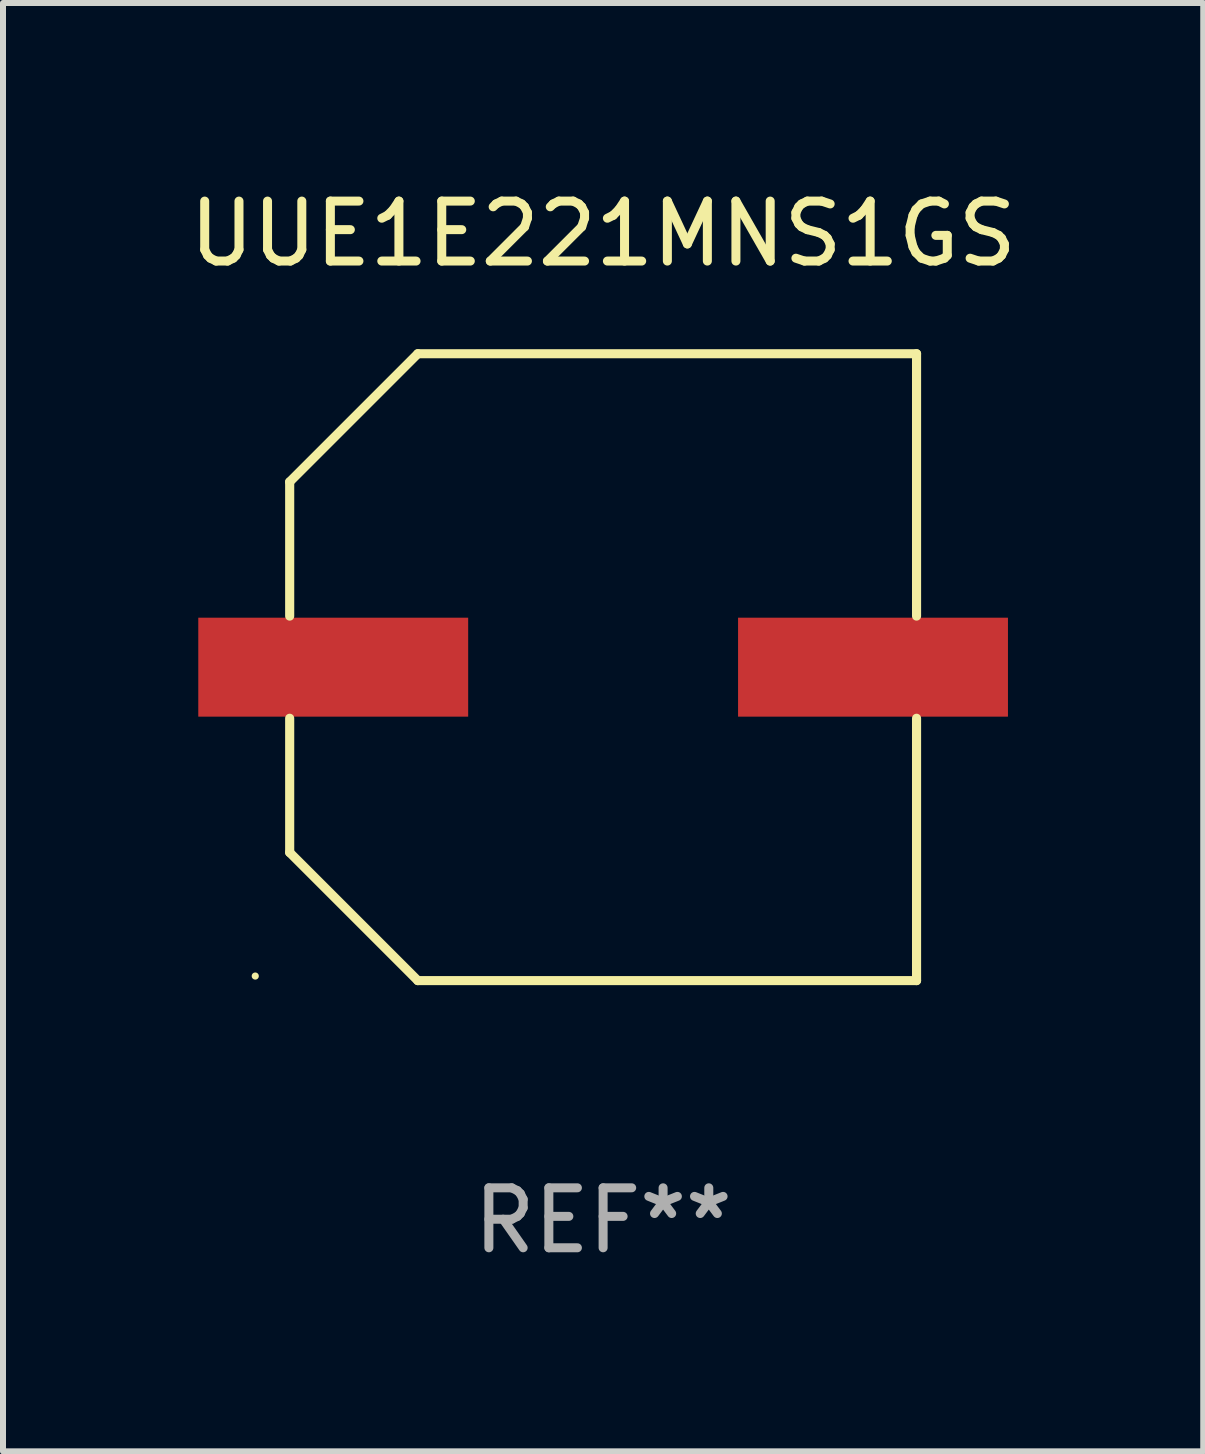
<source format=kicad_pcb>
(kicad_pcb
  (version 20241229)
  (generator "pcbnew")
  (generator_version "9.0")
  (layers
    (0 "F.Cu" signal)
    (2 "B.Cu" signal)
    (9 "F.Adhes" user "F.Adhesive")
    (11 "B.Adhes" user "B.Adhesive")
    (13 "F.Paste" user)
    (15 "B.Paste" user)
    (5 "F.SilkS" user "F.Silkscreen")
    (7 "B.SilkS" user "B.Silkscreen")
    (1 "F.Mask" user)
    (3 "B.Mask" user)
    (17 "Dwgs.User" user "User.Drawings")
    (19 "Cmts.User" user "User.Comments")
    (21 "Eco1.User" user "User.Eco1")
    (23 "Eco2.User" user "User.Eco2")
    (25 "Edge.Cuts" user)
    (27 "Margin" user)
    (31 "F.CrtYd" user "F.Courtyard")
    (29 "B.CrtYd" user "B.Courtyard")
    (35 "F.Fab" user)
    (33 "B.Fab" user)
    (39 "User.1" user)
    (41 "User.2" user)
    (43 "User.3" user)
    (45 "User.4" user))
  (footprint "UUE1E221MNS1GS"
    (layer "F.Cu")
    (at 7.006 8.074)
    (property "Reference" "UUE1E221MNS1GS" (at 0 -7.226 0) (layer "F.SilkS") (effects (font (size 1 1) (thickness 0.15))))
    (attr through_hole)
    (fp_line (start -5.226 -3.09) (end -5.226 -0.852) (stroke (width 0.152) (type solid)) (layer "F.SilkS"))
    (fp_line (start -5.226 3.09) (end -5.226 0.852) (stroke (width 0.152) (type solid)) (layer "F.SilkS"))
    (fp_line (start -3.09 -5.226) (end -5.226 -3.09) (stroke (width 0.152) (type solid)) (layer "F.SilkS"))
    (fp_line (start -3.09 5.226) (end -5.226 3.09) (stroke (width 0.152) (type solid)) (layer "F.SilkS"))
    (fp_line (start 5.226 -5.226) (end -3.09 -5.226) (stroke (width 0.152) (type solid)) (layer "F.SilkS"))
    (fp_line (start 5.226 -0.852) (end 5.226 -5.226) (stroke (width 0.152) (type solid)) (layer "F.SilkS"))
    (fp_line (start 5.226 0.852) (end 5.226 5.226) (stroke (width 0.152) (type solid)) (layer "F.SilkS"))
    (fp_line (start 5.226 5.226) (end -3.09 5.226) (stroke (width 0.152) (type solid)) (layer "F.SilkS"))
    (fp_circle (center -5.8 5.15) (end -5.77 5.15) (stroke (width 0.06) (type solid)) (fill no) (layer "F.SilkS"))
    (fp_text user "REF**" (at 0 9.226 0) (layer "F.Fab") (effects (font (size 1 1) (thickness 0.15))))
    (pad "1" smd rect (at -4.5 0) (size 4.5 1.65) (layers "F.Cu" "F.Mask" "F.Paste"))
    (pad "2" smd rect (at 4.5 0) (size 4.5 1.65) (layers "F.Cu" "F.Mask" "F.Paste")))
  (gr_rect
    (start -3 -3)
    (end 17.012 21.149)
    (stroke (width 0.1) (type default))
    (fill no)
    (layer "Edge.Cuts")))
</source>
